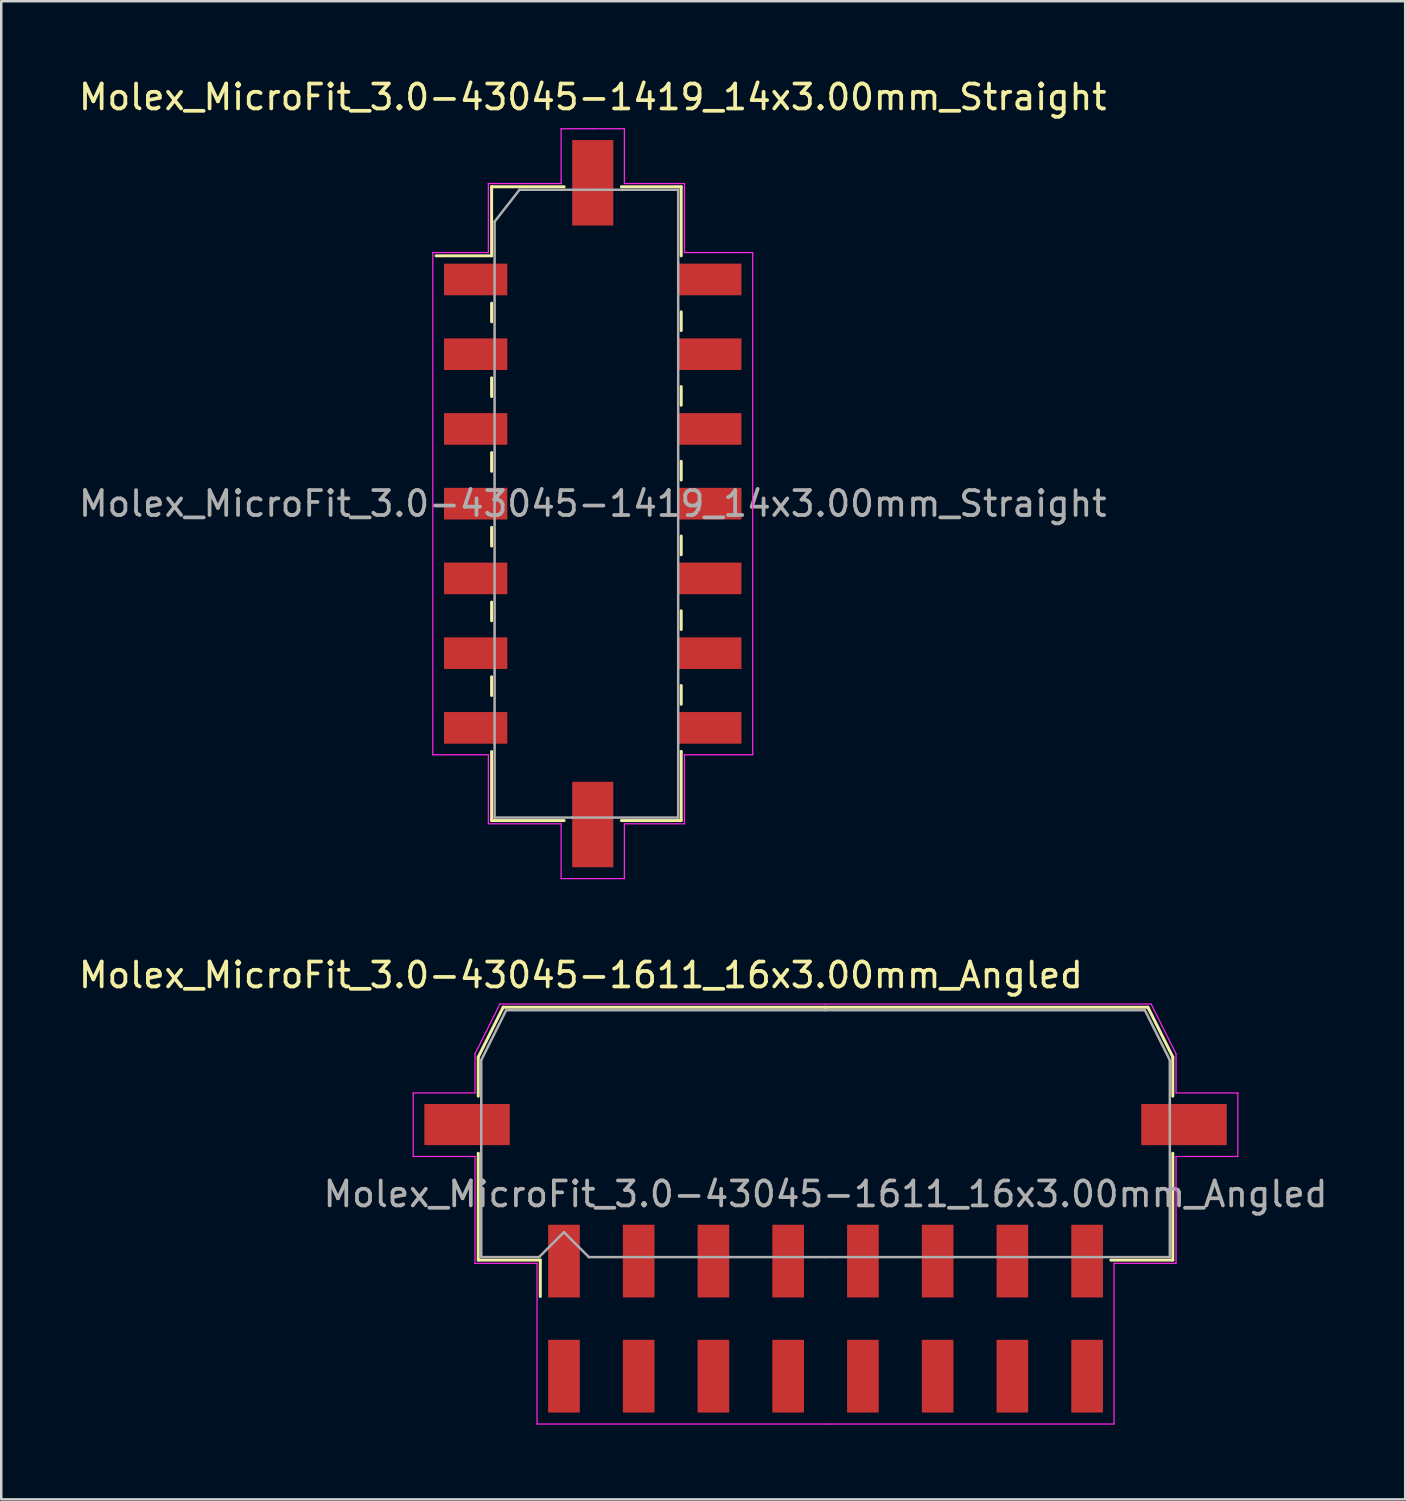
<source format=kicad_pcb>
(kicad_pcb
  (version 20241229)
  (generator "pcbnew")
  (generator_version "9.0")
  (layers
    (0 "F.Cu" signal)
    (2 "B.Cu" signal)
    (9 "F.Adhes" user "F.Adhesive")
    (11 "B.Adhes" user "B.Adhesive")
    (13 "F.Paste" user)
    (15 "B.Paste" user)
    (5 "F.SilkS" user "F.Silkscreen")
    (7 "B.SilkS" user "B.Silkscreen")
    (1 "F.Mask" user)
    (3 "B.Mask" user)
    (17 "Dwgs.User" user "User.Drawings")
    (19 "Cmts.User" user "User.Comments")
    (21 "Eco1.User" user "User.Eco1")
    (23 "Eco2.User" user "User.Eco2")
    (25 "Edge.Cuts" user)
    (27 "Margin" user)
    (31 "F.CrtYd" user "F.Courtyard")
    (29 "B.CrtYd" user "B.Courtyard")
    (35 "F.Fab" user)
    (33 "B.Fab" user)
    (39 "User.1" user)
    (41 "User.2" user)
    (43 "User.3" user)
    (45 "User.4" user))
  (footprint "Molex_MicroFit_3.0-43045-1611_16x3.00mm_Angled"
    (layer "F.Cu")
    (at 30.088 49.882)
    (property "Reference" "Molex_MicroFit_3.0-43045-1611_16x3.00mm_Angled" (at -9.82 -13.79 0) (layer "F.SilkS") (effects (font (size 1 1) (thickness 0.15))))
    (attr smd)
    (fp_line (start -13.94 -10.5) (end -13.94 -8.93) (stroke (width 0.12) (type solid)) (layer "F.SilkS"))
    (fp_line (start -13.94 -6.64) (end -13.94 -2.35) (stroke (width 0.12) (type solid)) (layer "F.SilkS"))
    (fp_line (start -13.94 -2.35) (end -11.45 -2.35) (stroke (width 0.12) (type solid)) (layer "F.SilkS"))
    (fp_line (start -12.94 -12.5) (end -13.94 -10.5) (stroke (width 0.12) (type solid)) (layer "F.SilkS"))
    (fp_line (start -11.45 -2.35) (end -11.45 -0.89) (stroke (width 0.12) (type solid)) (layer "F.SilkS"))
    (fp_line (start 0 -12.5) (end -12.94 -12.5) (stroke (width 0.12) (type solid)) (layer "F.SilkS"))
    (fp_line (start 0 -12.5) (end 12.94 -12.5) (stroke (width 0.12) (type solid)) (layer "F.SilkS"))
    (fp_line (start 12.94 -12.5) (end 13.94 -10.5) (stroke (width 0.12) (type solid)) (layer "F.SilkS"))
    (fp_line (start 13.94 -10.5) (end 13.94 -8.93) (stroke (width 0.12) (type solid)) (layer "F.SilkS"))
    (fp_line (start 13.94 -6.64) (end 13.94 -2.35) (stroke (width 0.12) (type solid)) (layer "F.SilkS"))
    (fp_line (start 13.94 -2.35) (end 11.45 -2.35) (stroke (width 0.12) (type solid)) (layer "F.SilkS"))
    (fp_line (start -16.55 -9.06) (end -16.55 -6.51) (stroke (width 0.05) (type solid)) (layer "F.CrtYd"))
    (fp_line (start -16.55 -6.51) (end -14.07 -6.51) (stroke (width 0.05) (type solid)) (layer "F.CrtYd"))
    (fp_line (start -14.07 -10.63) (end -14.07 -9.06) (stroke (width 0.05) (type solid)) (layer "F.CrtYd"))
    (fp_line (start -14.07 -9.06) (end -16.55 -9.06) (stroke (width 0.05) (type solid)) (layer "F.CrtYd"))
    (fp_line (start -14.07 -6.51) (end -14.07 -2.22) (stroke (width 0.05) (type solid)) (layer "F.CrtYd"))
    (fp_line (start -14.07 -2.22) (end -11.58 -2.22) (stroke (width 0.05) (type solid)) (layer "F.CrtYd"))
    (fp_line (start -13.07 -12.63) (end -14.07 -10.63) (stroke (width 0.05) (type solid)) (layer "F.CrtYd"))
    (fp_line (start -11.58 -2.22) (end -11.58 4.23) (stroke (width 0.05) (type solid)) (layer "F.CrtYd"))
    (fp_line (start -11.58 4.23) (end 0 4.23) (stroke (width 0.05) (type solid)) (layer "F.CrtYd"))
    (fp_line (start 0 -12.63) (end -13.07 -12.63) (stroke (width 0.05) (type solid)) (layer "F.CrtYd"))
    (fp_line (start 0 -12.63) (end 13.07 -12.63) (stroke (width 0.05) (type solid)) (layer "F.CrtYd"))
    (fp_line (start 11.58 -2.22) (end 11.58 4.23) (stroke (width 0.05) (type solid)) (layer "F.CrtYd"))
    (fp_line (start 11.58 4.23) (end 0 4.23) (stroke (width 0.05) (type solid)) (layer "F.CrtYd"))
    (fp_line (start 13.07 -12.63) (end 14.07 -10.63) (stroke (width 0.05) (type solid)) (layer "F.CrtYd"))
    (fp_line (start 14.07 -10.63) (end 14.07 -9.06) (stroke (width 0.05) (type solid)) (layer "F.CrtYd"))
    (fp_line (start 14.07 -9.06) (end 16.55 -9.06) (stroke (width 0.05) (type solid)) (layer "F.CrtYd"))
    (fp_line (start 14.07 -6.51) (end 14.07 -2.22) (stroke (width 0.05) (type solid)) (layer "F.CrtYd"))
    (fp_line (start 14.07 -2.22) (end 11.58 -2.22) (stroke (width 0.05) (type solid)) (layer "F.CrtYd"))
    (fp_line (start 16.55 -9.06) (end 16.55 -6.51) (stroke (width 0.05) (type solid)) (layer "F.CrtYd"))
    (fp_line (start 16.55 -6.51) (end 14.07 -6.51) (stroke (width 0.05) (type solid)) (layer "F.CrtYd"))
    (fp_line (start -13.82 -10.38) (end -13.82 -8.61) (stroke (width 0.1) (type solid)) (layer "F.Fab"))
    (fp_line (start -13.82 -8.61) (end -13.82 -2.47) (stroke (width 0.1) (type solid)) (layer "F.Fab"))
    (fp_line (start -13.82 -2.47) (end -11.5 -2.47) (stroke (width 0.1) (type solid)) (layer "F.Fab"))
    (fp_line (start -12.82 -12.38) (end -13.82 -10.38) (stroke (width 0.1) (type solid)) (layer "F.Fab"))
    (fp_line (start -11.5 -2.47) (end -10.5 -3.47) (stroke (width 0.1) (type solid)) (layer "F.Fab"))
    (fp_line (start -10.5 -3.47) (end -9.5 -2.47) (stroke (width 0.1) (type solid)) (layer "F.Fab"))
    (fp_line (start -9.5 -2.47) (end 0 -2.47) (stroke (width 0.1) (type solid)) (layer "F.Fab"))
    (fp_line (start 0 -12.38) (end -12.82 -12.38) (stroke (width 0.1) (type solid)) (layer "F.Fab"))
    (fp_line (start 0 -12.38) (end 12.82 -12.38) (stroke (width 0.1) (type solid)) (layer "F.Fab"))
    (fp_line (start 11.13 -2.47) (end 0 -2.47) (stroke (width 0.1) (type solid)) (layer "F.Fab"))
    (fp_line (start 12.82 -12.38) (end 13.82 -10.38) (stroke (width 0.1) (type solid)) (layer "F.Fab"))
    (fp_line (start 13.82 -10.38) (end 13.82 -8.61) (stroke (width 0.1) (type solid)) (layer "F.Fab"))
    (fp_line (start 13.82 -8.61) (end 13.82 -2.47) (stroke (width 0.1) (type solid)) (layer "F.Fab"))
    (fp_line (start 13.82 -2.47) (end 11.13 -2.47) (stroke (width 0.1) (type solid)) (layer "F.Fab"))
    (fp_text user "${REFERENCE}" (at 0 -5 0) (layer "F.Fab") (effects (font (size 1 1) (thickness 0.15))))
    (pad "" smd rect (at -14.39 -7.79) (size 3.43 1.65) (layers "F.Cu" "F.Mask" "F.Paste"))
    (pad "" smd rect (at 14.39 -7.79) (size 3.43 1.65) (layers "F.Cu" "F.Mask" "F.Paste"))
    (pad "1" smd rect (at -10.5 -2.31) (size 1.27 2.92) (layers "F.Cu" "F.Mask" "F.Paste"))
    (pad "2" smd rect (at -7.5 -2.31) (size 1.27 2.92) (layers "F.Cu" "F.Mask" "F.Paste"))
    (pad "3" smd rect (at -4.5 -2.31) (size 1.27 2.92) (layers "F.Cu" "F.Mask" "F.Paste"))
    (pad "4" smd rect (at -1.5 -2.31) (size 1.27 2.92) (layers "F.Cu" "F.Mask" "F.Paste"))
    (pad "5" smd rect (at 1.5 -2.31) (size 1.27 2.92) (layers "F.Cu" "F.Mask" "F.Paste"))
    (pad "6" smd rect (at 4.5 -2.31) (size 1.27 2.92) (layers "F.Cu" "F.Mask" "F.Paste"))
    (pad "7" smd rect (at 7.5 -2.31) (size 1.27 2.92) (layers "F.Cu" "F.Mask" "F.Paste"))
    (pad "8" smd rect (at 10.5 -2.31) (size 1.27 2.92) (layers "F.Cu" "F.Mask" "F.Paste"))
    (pad "9" smd rect (at 10.5 2.31) (size 1.27 2.92) (layers "F.Cu" "F.Mask" "F.Paste"))
    (pad "10" smd rect (at 7.5 2.31) (size 1.27 2.92) (layers "F.Cu" "F.Mask" "F.Paste"))
    (pad "11" smd rect (at 4.5 2.31) (size 1.27 2.92) (layers "F.Cu" "F.Mask" "F.Paste"))
    (pad "12" smd rect (at 1.5 2.31) (size 1.27 2.92) (layers "F.Cu" "F.Mask" "F.Paste"))
    (pad "13" smd rect (at -1.5 2.31) (size 1.27 2.92) (layers "F.Cu" "F.Mask" "F.Paste"))
    (pad "14" smd rect (at -4.5 2.31) (size 1.27 2.92) (layers "F.Cu" "F.Mask" "F.Paste"))
    (pad "15" smd rect (at -7.5 2.31) (size 1.27 2.92) (layers "F.Cu" "F.Mask" "F.Paste"))
    (pad "16" smd rect (at -10.5 2.31) (size 1.27 2.92) (layers "F.Cu" "F.Mask" "F.Paste")))
  (footprint "Molex_MicroFit_3.0-43045-1419_14x3.00mm_Straight"
    (layer "F.Cu")
    (at 20.744 17.168)
    (property "Reference" "Molex_MicroFit_3.0-43045-1419_14x3.00mm_Straight" (at 0 -16.32 0) (layer "F.SilkS") (effects (font (size 1 1) (thickness 0.15))))
    (attr smd)
    (fp_line (start -6.29 -9.95) (end -4.06 -9.95) (stroke (width 0.12) (type solid)) (layer "F.SilkS"))
    (fp_line (start -4.06 -12.72) (end -4.06 -12.72) (stroke (width 0.12) (type solid)) (layer "F.SilkS"))
    (fp_line (start -4.06 -12.72) (end -1.15 -12.72) (stroke (width 0.12) (type solid)) (layer "F.SilkS"))
    (fp_line (start -4.06 -9.95) (end -4.06 -12.72) (stroke (width 0.12) (type solid)) (layer "F.SilkS"))
    (fp_line (start -4.06 -8.05) (end -4.06 -7.3) (stroke (width 0.12) (type solid)) (layer "F.SilkS"))
    (fp_line (start -4.06 -5.05) (end -4.06 -4.3) (stroke (width 0.12) (type solid)) (layer "F.SilkS"))
    (fp_line (start -4.06 -2.05) (end -4.06 -1.3) (stroke (width 0.12) (type solid)) (layer "F.SilkS"))
    (fp_line (start -4.06 0.95) (end -4.06 1.7) (stroke (width 0.12) (type solid)) (layer "F.SilkS"))
    (fp_line (start -4.06 3.95) (end -4.06 4.7) (stroke (width 0.12) (type solid)) (layer "F.SilkS"))
    (fp_line (start -4.06 6.95) (end -4.06 7.7) (stroke (width 0.12) (type solid)) (layer "F.SilkS"))
    (fp_line (start -4.06 12.72) (end -4.06 9.95) (stroke (width 0.12) (type solid)) (layer "F.SilkS"))
    (fp_line (start -1.15 12.72) (end -4.06 12.72) (stroke (width 0.12) (type solid)) (layer "F.SilkS"))
    (fp_line (start 1.15 -12.72) (end 3.55 -12.72) (stroke (width 0.12) (type solid)) (layer "F.SilkS"))
    (fp_line (start 3.55 -12.72) (end 3.55 -9.95) (stroke (width 0.12) (type solid)) (layer "F.SilkS"))
    (fp_line (start 3.55 -6.95) (end 3.55 -7.7) (stroke (width 0.12) (type solid)) (layer "F.SilkS"))
    (fp_line (start 3.55 -3.95) (end 3.55 -4.7) (stroke (width 0.12) (type solid)) (layer "F.SilkS"))
    (fp_line (start 3.55 -0.95) (end 3.55 -1.7) (stroke (width 0.12) (type solid)) (layer "F.SilkS"))
    (fp_line (start 3.55 2.05) (end 3.55 1.3) (stroke (width 0.12) (type solid)) (layer "F.SilkS"))
    (fp_line (start 3.55 5.05) (end 3.55 4.3) (stroke (width 0.12) (type solid)) (layer "F.SilkS"))
    (fp_line (start 3.55 8.05) (end 3.55 7.3) (stroke (width 0.12) (type solid)) (layer "F.SilkS"))
    (fp_line (start 3.55 9.95) (end 3.55 9.95) (stroke (width 0.12) (type solid)) (layer "F.SilkS"))
    (fp_line (start 3.55 9.95) (end 3.55 12.72) (stroke (width 0.12) (type solid)) (layer "F.SilkS"))
    (fp_line (start 3.55 12.72) (end 1.15 12.72) (stroke (width 0.12) (type solid)) (layer "F.SilkS"))
    (fp_line (start -6.42 -10.08) (end -4.19 -10.08) (stroke (width 0.05) (type solid)) (layer "F.CrtYd"))
    (fp_line (start -6.42 10.08) (end -6.42 -10.08) (stroke (width 0.05) (type solid)) (layer "F.CrtYd"))
    (fp_line (start -4.19 -12.85) (end -4.19 -12.85) (stroke (width 0.05) (type solid)) (layer "F.CrtYd"))
    (fp_line (start -4.19 -12.85) (end -1.27 -12.85) (stroke (width 0.05) (type solid)) (layer "F.CrtYd"))
    (fp_line (start -4.19 -10.08) (end -4.19 -12.85) (stroke (width 0.05) (type solid)) (layer "F.CrtYd"))
    (fp_line (start -4.19 10.08) (end -6.42 10.08) (stroke (width 0.05) (type solid)) (layer "F.CrtYd"))
    (fp_line (start -4.19 12.85) (end -4.19 10.08) (stroke (width 0.05) (type solid)) (layer "F.CrtYd"))
    (fp_line (start -1.27 -15.05) (end 0 -15.05) (stroke (width 0.05) (type solid)) (layer "F.CrtYd"))
    (fp_line (start -1.27 -12.85) (end -1.27 -15.05) (stroke (width 0.05) (type solid)) (layer "F.CrtYd"))
    (fp_line (start -1.27 12.85) (end -4.19 12.85) (stroke (width 0.05) (type solid)) (layer "F.CrtYd"))
    (fp_line (start -1.27 15.05) (end -1.27 12.85) (stroke (width 0.05) (type solid)) (layer "F.CrtYd"))
    (fp_line (start 0 -15.05) (end 1.27 -15.05) (stroke (width 0.05) (type solid)) (layer "F.CrtYd"))
    (fp_line (start 0 15.05) (end -1.27 15.05) (stroke (width 0.05) (type solid)) (layer "F.CrtYd"))
    (fp_line (start 1.27 -15.05) (end 1.27 -12.85) (stroke (width 0.05) (type solid)) (layer "F.CrtYd"))
    (fp_line (start 1.27 -12.85) (end 3.68 -12.85) (stroke (width 0.05) (type solid)) (layer "F.CrtYd"))
    (fp_line (start 1.27 12.85) (end 1.27 15.05) (stroke (width 0.05) (type solid)) (layer "F.CrtYd"))
    (fp_line (start 1.27 15.05) (end 0 15.05) (stroke (width 0.05) (type solid)) (layer "F.CrtYd"))
    (fp_line (start 3.68 -12.85) (end 3.68 -10.08) (stroke (width 0.05) (type solid)) (layer "F.CrtYd"))
    (fp_line (start 3.68 -10.08) (end 6.42 -10.08) (stroke (width 0.05) (type solid)) (layer "F.CrtYd"))
    (fp_line (start 3.68 10.08) (end 3.68 10.08) (stroke (width 0.05) (type solid)) (layer "F.CrtYd"))
    (fp_line (start 3.68 10.08) (end 3.68 12.85) (stroke (width 0.05) (type solid)) (layer "F.CrtYd"))
    (fp_line (start 3.68 12.85) (end 1.27 12.85) (stroke (width 0.05) (type solid)) (layer "F.CrtYd"))
    (fp_line (start 6.42 -10.08) (end 6.42 10.08) (stroke (width 0.05) (type solid)) (layer "F.CrtYd"))
    (fp_line (start 6.42 10.08) (end 3.68 10.08) (stroke (width 0.05) (type solid)) (layer "F.CrtYd"))
    (fp_line (start -3.94 -11.32) (end -2.94 -12.6) (stroke (width 0.1) (type solid)) (layer "F.Fab"))
    (fp_line (start -3.94 9.63) (end -3.94 -11.32) (stroke (width 0.1) (type solid)) (layer "F.Fab"))
    (fp_line (start -3.94 12.6) (end -3.94 9.63) (stroke (width 0.1) (type solid)) (layer "F.Fab"))
    (fp_line (start -2.94 -12.6) (end 0 -12.6) (stroke (width 0.1) (type solid)) (layer "F.Fab"))
    (fp_line (start -0.82 12.6) (end -3.94 12.6) (stroke (width 0.1) (type solid)) (layer "F.Fab"))
    (fp_line (start 0 -12.6) (end 3.43 -12.6) (stroke (width 0.1) (type solid)) (layer "F.Fab"))
    (fp_line (start 3.43 -12.6) (end 3.43 -9.63) (stroke (width 0.1) (type solid)) (layer "F.Fab"))
    (fp_line (start 3.43 -9.63) (end 3.43 9.63) (stroke (width 0.1) (type solid)) (layer "F.Fab"))
    (fp_line (start 3.43 9.63) (end 3.43 12.6) (stroke (width 0.1) (type solid)) (layer "F.Fab"))
    (fp_line (start 3.43 12.6) (end -0.82 12.6) (stroke (width 0.1) (type solid)) (layer "F.Fab"))
    (fp_text user "${REFERENCE}" (at 0 0 0) (layer "F.Fab") (effects (font (size 1 1) (thickness 0.15))))
    (pad "" smd rect (at 0 -12.88) (size 1.65 3.43) (layers "F.Cu" "F.Mask" "F.Paste"))
    (pad "" smd rect (at 0 12.88) (size 1.65 3.43) (layers "F.Cu" "F.Mask" "F.Paste"))
    (pad "1" smd rect (at -4.7 -9) (size 2.54 1.27) (layers "F.Cu" "F.Mask" "F.Paste"))
    (pad "2" smd rect (at -4.7 -6) (size 2.54 1.27) (layers "F.Cu" "F.Mask" "F.Paste"))
    (pad "3" smd rect (at -4.7 -3) (size 2.54 1.27) (layers "F.Cu" "F.Mask" "F.Paste"))
    (pad "4" smd rect (at -4.7 0) (size 2.54 1.27) (layers "F.Cu" "F.Mask" "F.Paste"))
    (pad "5" smd rect (at -4.7 3) (size 2.54 1.27) (layers "F.Cu" "F.Mask" "F.Paste"))
    (pad "6" smd rect (at -4.7 6) (size 2.54 1.27) (layers "F.Cu" "F.Mask" "F.Paste"))
    (pad "7" smd rect (at -4.7 9) (size 2.54 1.27) (layers "F.Cu" "F.Mask" "F.Paste"))
    (pad "8" smd rect (at 4.7 9) (size 2.54 1.27) (layers "F.Cu" "F.Mask" "F.Paste"))
    (pad "9" smd rect (at 4.7 6) (size 2.54 1.27) (layers "F.Cu" "F.Mask" "F.Paste"))
    (pad "10" smd rect (at 4.7 3) (size 2.54 1.27) (layers "F.Cu" "F.Mask" "F.Paste"))
    (pad "11" smd rect (at 4.7 0) (size 2.54 1.27) (layers "F.Cu" "F.Mask" "F.Paste"))
    (pad "12" smd rect (at 4.7 -3) (size 2.54 1.27) (layers "F.Cu" "F.Mask" "F.Paste"))
    (pad "13" smd rect (at 4.7 -6) (size 2.54 1.27) (layers "F.Cu" "F.Mask" "F.Paste"))
    (pad "14" smd rect (at 4.7 -9) (size 2.54 1.27) (layers "F.Cu" "F.Mask" "F.Paste")))
  (gr_rect
    (start -3 -3)
    (end 53.356 57.136)
    (stroke (width 0.1) (type default))
    (fill no)
    (layer "Edge.Cuts")))
</source>
